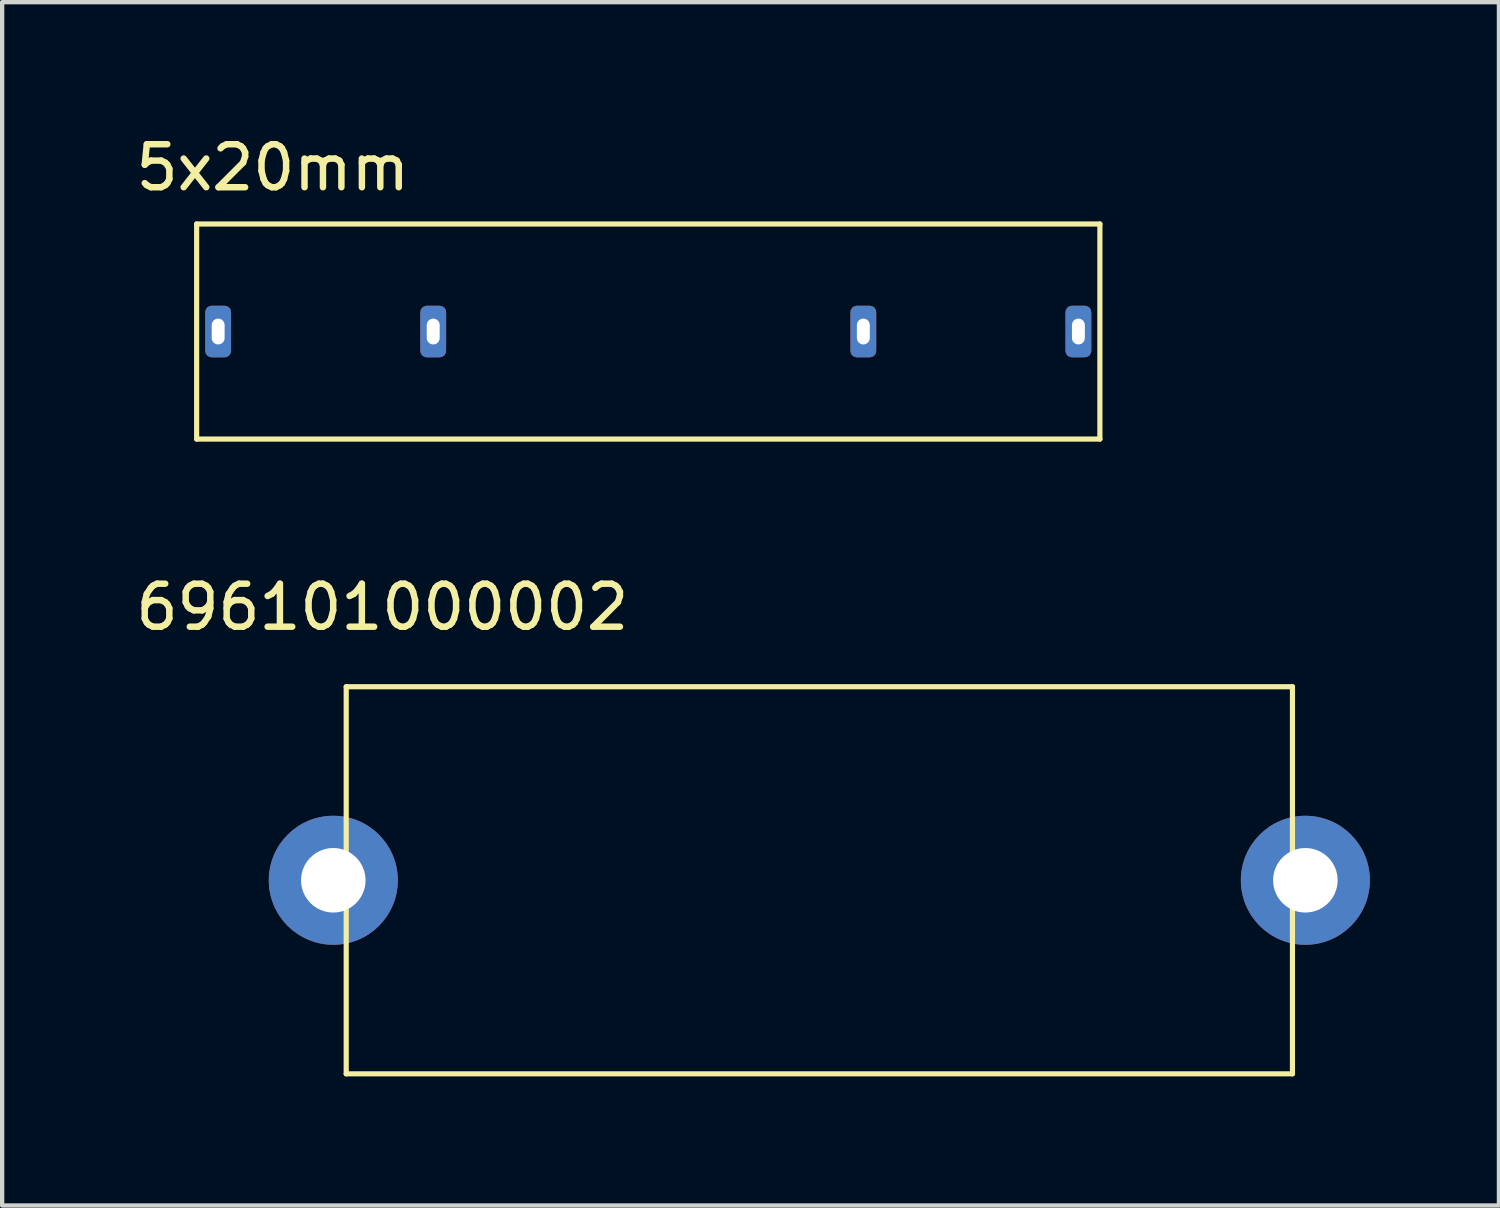
<source format=kicad_pcb>
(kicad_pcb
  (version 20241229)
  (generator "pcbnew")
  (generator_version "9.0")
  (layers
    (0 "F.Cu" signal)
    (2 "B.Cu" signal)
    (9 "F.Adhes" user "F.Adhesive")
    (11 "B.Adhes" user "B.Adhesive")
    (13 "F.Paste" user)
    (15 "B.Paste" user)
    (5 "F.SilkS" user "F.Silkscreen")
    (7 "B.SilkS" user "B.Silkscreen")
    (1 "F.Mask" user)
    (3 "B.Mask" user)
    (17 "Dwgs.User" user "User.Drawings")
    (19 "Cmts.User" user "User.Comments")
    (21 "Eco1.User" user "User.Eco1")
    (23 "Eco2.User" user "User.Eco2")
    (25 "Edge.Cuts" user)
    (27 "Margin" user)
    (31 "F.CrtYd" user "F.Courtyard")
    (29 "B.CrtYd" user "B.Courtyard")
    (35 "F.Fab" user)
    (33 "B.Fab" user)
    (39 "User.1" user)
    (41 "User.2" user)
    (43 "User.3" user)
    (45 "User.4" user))
  (footprint "5x20mm"
    (layer "F.Cu")
    (at 2.022 4.658)
    (property "Reference" "5x20mm" (at 1.27 -3.81 0) (layer "F.SilkS") (effects (font (size 1 1) (thickness 0.15))))
    (attr through_hole)
    (fp_line (start -0.5 -2.5) (end -0.5 2.5) (stroke (width 0.12) (type solid)) (layer "F.SilkS"))
    (fp_line (start -0.5 2.5) (end 20.5 2.5) (stroke (width 0.12) (type solid)) (layer "F.SilkS"))
    (fp_line (start 20.5 -2.5) (end -0.5 -2.5) (stroke (width 0.12) (type solid)) (layer "F.SilkS"))
    (fp_line (start 20.5 2.5) (end 20.5 -2.5) (stroke (width 0.12) (type solid)) (layer "F.SilkS"))
    (pad "1" thru_hole roundrect (at 0 0) (size 0.6 1.2) (drill oval 0.3 0.6) (layers "*.Cu" "*.Mask") (roundrect_rratio 0.25))
    (pad "1" thru_hole roundrect (at 5 0) (size 0.6 1.2) (drill oval 0.3 0.6) (layers "*.Cu" "*.Mask") (roundrect_rratio 0.25))
    (pad "2" thru_hole roundrect (at 15 0) (size 0.6 1.2) (drill oval 0.3 0.6) (layers "*.Cu" "*.Mask") (roundrect_rratio 0.25))
    (pad "2" thru_hole roundrect (at 20 0) (size 0.6 1.2) (drill oval 0.3 0.6) (layers "*.Cu" "*.Mask") (roundrect_rratio 0.25)))
  (footprint "696101000002"
    (layer "F.Cu")
    (at 15.999 17.416)
    (property "Reference" "696101000002" (at -10.16 -6.35 180) (layer "F.SilkS") (effects (font (size 1 1) (thickness 0.15))))
    (attr through_hole)
    (fp_line (start -11 -4.5) (end -11 4.5) (stroke (width 0.12) (type solid)) (layer "F.SilkS"))
    (fp_line (start -11 4.5) (end 11 4.5) (stroke (width 0.12) (type solid)) (layer "F.SilkS"))
    (fp_line (start 11 -4.5) (end -11 -4.5) (stroke (width 0.12) (type solid)) (layer "F.SilkS"))
    (fp_line (start 11 4.5) (end 11 -4.5) (stroke (width 0.12) (type solid)) (layer "F.SilkS"))
    (pad "1" thru_hole circle (at -11.3 0) (size 3 3) (drill 1.5) (layers "*.Cu" "*.Mask"))
    (pad "2" thru_hole circle (at 11.3 0) (size 3 3) (drill 1.5) (layers "*.Cu" "*.Mask")))
  (gr_rect
    (start -3 -3)
    (end 31.799 24.977)
    (stroke (width 0.1) (type default))
    (fill no)
    (layer "Edge.Cuts")))
</source>
